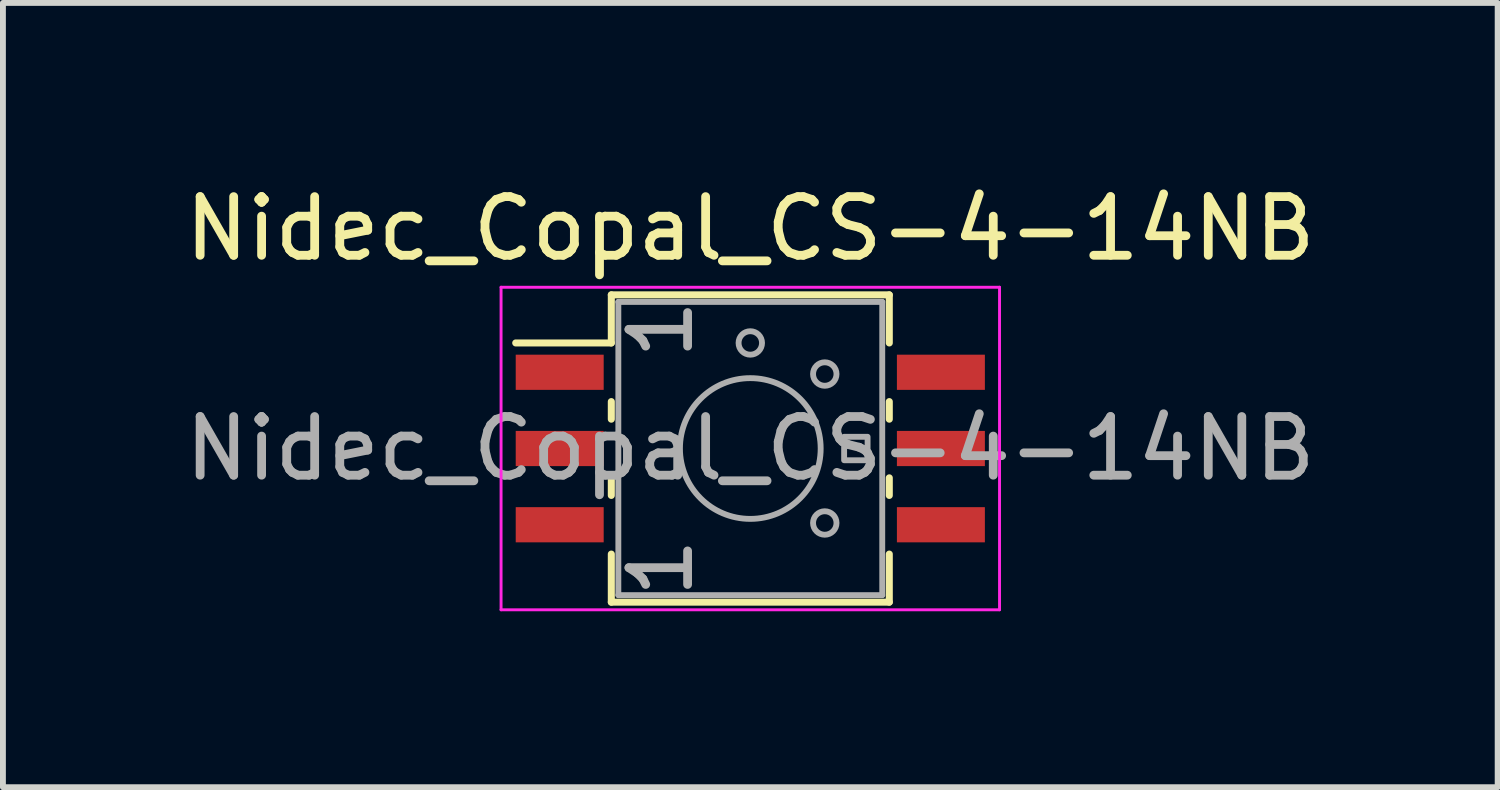
<source format=kicad_pcb>
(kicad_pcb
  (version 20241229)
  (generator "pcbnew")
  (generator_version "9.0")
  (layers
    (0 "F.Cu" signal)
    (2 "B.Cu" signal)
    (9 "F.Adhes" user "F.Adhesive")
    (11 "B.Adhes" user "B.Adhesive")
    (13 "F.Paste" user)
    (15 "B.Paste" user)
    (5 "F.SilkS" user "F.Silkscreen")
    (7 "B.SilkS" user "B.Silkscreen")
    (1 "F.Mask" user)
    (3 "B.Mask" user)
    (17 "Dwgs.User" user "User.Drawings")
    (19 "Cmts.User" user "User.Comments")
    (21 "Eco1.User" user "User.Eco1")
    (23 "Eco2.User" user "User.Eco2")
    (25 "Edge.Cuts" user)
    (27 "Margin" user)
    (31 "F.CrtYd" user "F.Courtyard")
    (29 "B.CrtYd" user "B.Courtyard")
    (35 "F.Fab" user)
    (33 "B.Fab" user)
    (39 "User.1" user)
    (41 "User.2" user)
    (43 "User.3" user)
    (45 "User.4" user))
  (footprint "Nidec_Copal_CS-4-14NB"
    (layer "F.Cu")
    (at 9.744 4.598)
    (property "Reference" "Nidec_Copal_CS-4-14NB" (at 0 -3.75 0) (layer "F.SilkS") (effects (font (size 1 1) (thickness 0.15))))
    (attr smd)
    (fp_line (start -2.37 -1.8) (end -4 -1.8) (stroke (width 0.12) (type solid)) (layer "F.SilkS"))
    (fp_line (start -2.37 -1.8) (end -2.37 -2.62) (stroke (width 0.12) (type solid)) (layer "F.SilkS"))
    (fp_line (start -2.37 -0.5) (end -2.37 -0.8) (stroke (width 0.12) (type solid)) (layer "F.SilkS"))
    (fp_line (start -2.37 0.8) (end -2.37 0.5) (stroke (width 0.12) (type solid)) (layer "F.SilkS"))
    (fp_line (start -2.37 2.62) (end -2.37 1.8) (stroke (width 0.12) (type solid)) (layer "F.SilkS"))
    (fp_line (start 2.37 -2.62) (end -2.37 -2.62) (stroke (width 0.12) (type solid)) (layer "F.SilkS"))
    (fp_line (start 2.37 -1.8) (end 2.37 -2.62) (stroke (width 0.12) (type solid)) (layer "F.SilkS"))
    (fp_line (start 2.37 -0.5) (end 2.37 -0.8) (stroke (width 0.12) (type solid)) (layer "F.SilkS"))
    (fp_line (start 2.37 0.8) (end 2.37 0.5) (stroke (width 0.12) (type solid)) (layer "F.SilkS"))
    (fp_line (start 2.37 2.62) (end -2.37 2.62) (stroke (width 0.12) (type solid)) (layer "F.SilkS"))
    (fp_line (start 2.37 2.62) (end 2.37 1.8) (stroke (width 0.12) (type solid)) (layer "F.SilkS"))
    (fp_line (start -4.25 -2.75) (end -4.25 2.75) (stroke (width 0.05) (type solid)) (layer "F.CrtYd"))
    (fp_line (start -4.25 2.75) (end 4.25 2.75) (stroke (width 0.05) (type solid)) (layer "F.CrtYd"))
    (fp_line (start 4.25 -2.75) (end -4.25 -2.75) (stroke (width 0.05) (type solid)) (layer "F.CrtYd"))
    (fp_line (start 4.25 2.75) (end 4.25 -2.75) (stroke (width 0.05) (type solid)) (layer "F.CrtYd"))
    (fp_line (start -2.25 2.5) (end -2.25 -2.5) (stroke (width 0.1) (type solid)) (layer "F.Fab"))
    (fp_line (start 2.25 -2.5) (end -2.25 -2.5) (stroke (width 0.1) (type solid)) (layer "F.Fab"))
    (fp_line (start 2.25 2.5) (end -2.25 2.5) (stroke (width 0.1) (type solid)) (layer "F.Fab"))
    (fp_line (start 2.25 2.5) (end 2.25 -2.5) (stroke (width 0.1) (type solid)) (layer "F.Fab"))
    (fp_rect (start 2 0.2) (end 1.6 -0.2) (stroke (width 0.1) (type solid)) (fill no) (layer "F.Fab"))
    (fp_circle (center 0 -1.8) (end -0.2 -1.8) (stroke (width 0.1) (type solid)) (fill no) (layer "F.Fab"))
    (fp_circle (center 0 0) (end -1.2 0) (stroke (width 0.1) (type solid)) (fill no) (layer "F.Fab"))
    (fp_circle (center 1.27 -1.27) (end 1.07 -1.27) (stroke (width 0.1) (type solid)) (fill no) (layer "F.Fab"))
    (fp_circle (center 1.27 1.27) (end 1.07 1.27) (stroke (width 0.1) (type solid)) (fill no) (layer "F.Fab"))
    (fp_text user "1" (at -1.524 -2.032 90) (unlocked yes) (layer "F.Fab") (effects (font (size 1 1) (thickness 0.15))))
    (fp_text user "1" (at -1.524 2.032 90) (unlocked yes) (layer "F.Fab") (effects (font (size 1 1) (thickness 0.15))))
    (fp_text user "${REFERENCE}" (at 0 0 180) (layer "F.Fab") (effects (font (size 1 1) (thickness 0.15))))
    (pad "1" smd rect (at -3.25 -1.3 180) (size 1.5 0.6) (layers "F.Cu" "F.Mask" "F.Paste"))
    (pad "2" smd rect (at 3.25 -1.3 180) (size 1.5 0.6) (layers "F.Cu" "F.Mask" "F.Paste"))
    (pad "3" smd rect (at 3.25 0 180) (size 1.5 0.6) (layers "F.Cu" "F.Mask" "F.Paste"))
    (pad "4" smd rect (at 3.25 1.3 180) (size 1.5 0.6) (layers "F.Cu" "F.Mask" "F.Paste"))
    (pad "C" smd rect (at -3.25 0 180) (size 1.5 0.6) (layers "F.Cu" "F.Mask" "F.Paste"))
    (pad "NC" smd rect (at -3.25 1.3 180) (size 1.5 0.6) (layers "F.Cu" "F.Mask" "F.Paste")))
  (gr_rect
    (start -3 -3)
    (end 22.488 10.373)
    (stroke (width 0.1) (type default))
    (fill no)
    (layer "Edge.Cuts")))
</source>
